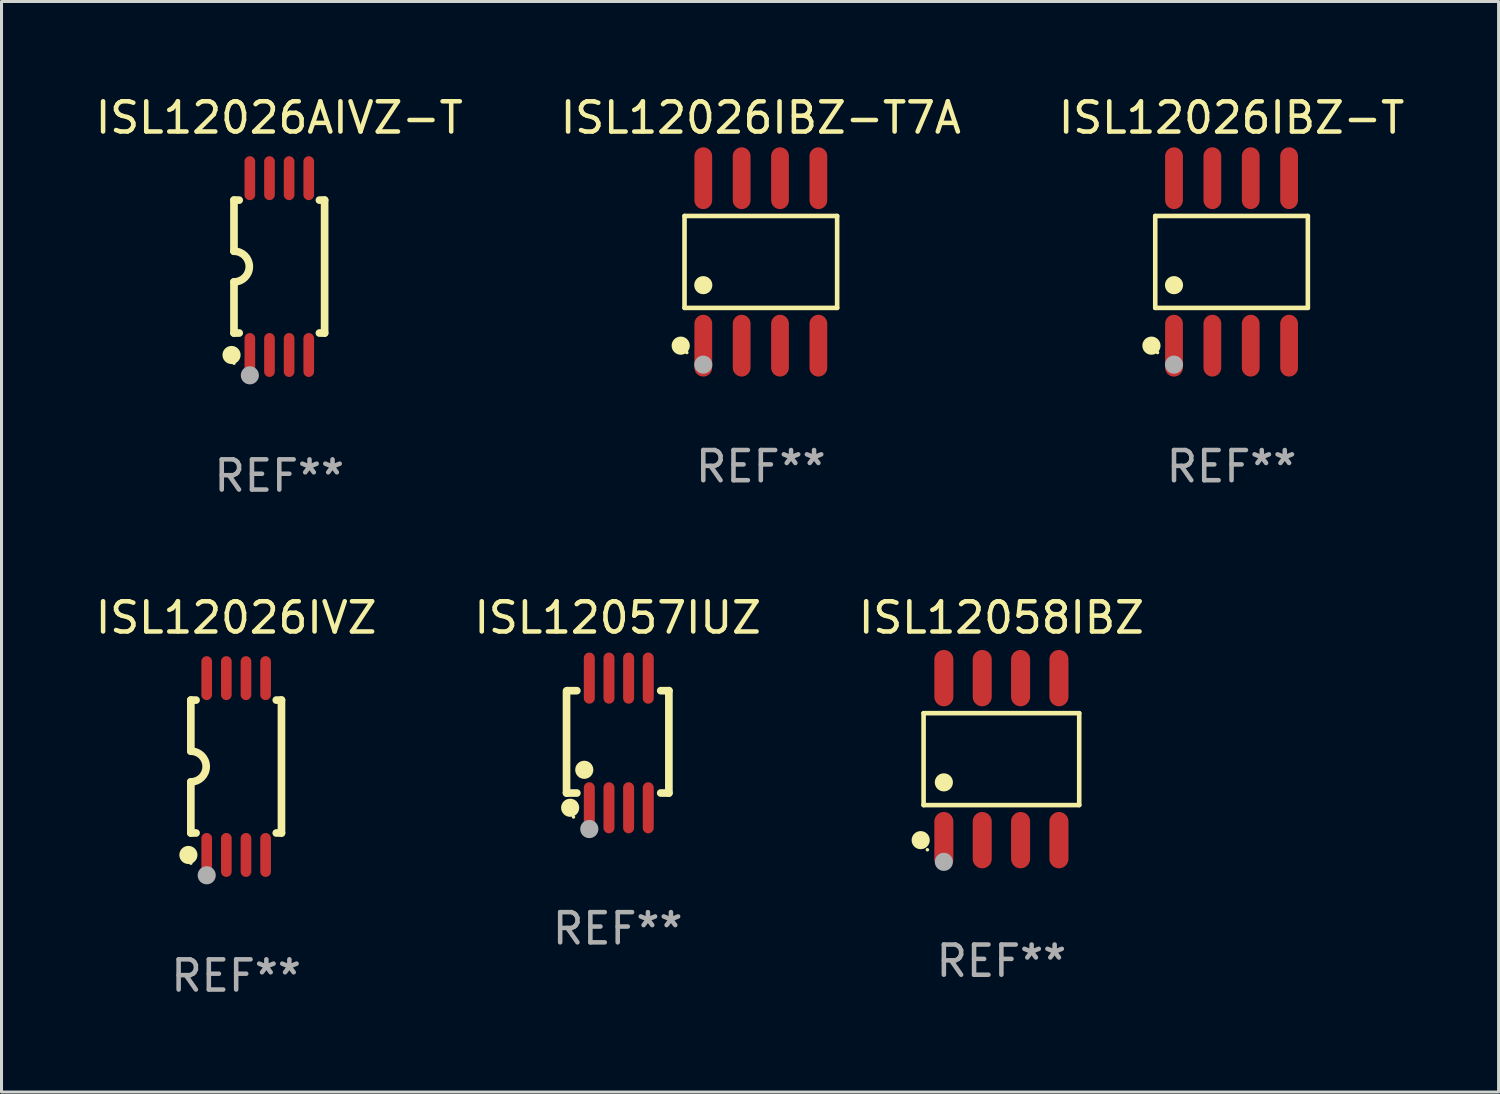
<source format=kicad_pcb>
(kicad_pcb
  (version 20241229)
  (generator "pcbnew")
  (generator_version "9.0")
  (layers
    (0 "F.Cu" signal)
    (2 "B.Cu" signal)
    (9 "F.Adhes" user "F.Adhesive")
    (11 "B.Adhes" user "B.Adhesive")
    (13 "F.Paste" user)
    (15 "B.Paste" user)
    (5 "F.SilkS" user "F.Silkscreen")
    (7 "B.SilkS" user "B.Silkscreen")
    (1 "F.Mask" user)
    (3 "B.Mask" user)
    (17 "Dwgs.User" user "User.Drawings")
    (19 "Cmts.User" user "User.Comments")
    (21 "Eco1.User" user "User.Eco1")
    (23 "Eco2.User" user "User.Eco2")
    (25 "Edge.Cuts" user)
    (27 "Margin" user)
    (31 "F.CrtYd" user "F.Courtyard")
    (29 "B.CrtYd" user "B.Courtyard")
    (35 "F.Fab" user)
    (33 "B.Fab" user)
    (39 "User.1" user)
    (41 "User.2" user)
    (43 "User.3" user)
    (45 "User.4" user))
  (footprint "ISL12026IBZ-T"
    (layer "F.Cu")
    (at 37.72 5.621)
    (property "Reference" "ISL12026IBZ-T" (at 0 -4.772 0) (layer "F.SilkS") (effects (font (size 1 1) (thickness 0.15))))
    (attr through_hole)
    (fp_line (start -2.526 -1.521) (end 2.526 -1.521) (stroke (width 0.152) (type solid)) (layer "F.SilkS"))
    (fp_line (start -2.526 1.521) (end -2.526 -1.521) (stroke (width 0.152) (type solid)) (layer "F.SilkS"))
    (fp_line (start 2.526 -1.521) (end 2.526 1.521) (stroke (width 0.152) (type solid)) (layer "F.SilkS"))
    (fp_line (start 2.526 1.521) (end -2.526 1.521) (stroke (width 0.152) (type solid)) (layer "F.SilkS"))
    (fp_circle (center -2.652 2.772) (end -2.501 2.772) (stroke (width 0.3) (type solid)) (fill no) (layer "F.SilkS"))
    (fp_circle (center -2.45 3) (end -2.42 3) (stroke (width 0.06) (type solid)) (fill no) (layer "F.SilkS"))
    (fp_circle (center -1.905 0.769) (end -1.755 0.769) (stroke (width 0.3) (type solid)) (fill no) (layer "F.SilkS"))
    (fp_circle (center -1.905 3.4) (end -1.755 3.4) (stroke (width 0.3) (type solid)) (fill no) (layer "F.Fab"))
    (fp_text user "REF**" (at 0 6.772 0) (layer "F.Fab") (effects (font (size 1 1) (thickness 0.15))))
    (pad "1" smd oval (at -1.905 2.772) (size 0.588 2.045) (layers "F.Cu" "F.Mask" "F.Paste"))
    (pad "2" smd oval (at -0.635 2.772) (size 0.588 2.045) (layers "F.Cu" "F.Mask" "F.Paste"))
    (pad "3" smd oval (at 0.635 2.772) (size 0.588 2.045) (layers "F.Cu" "F.Mask" "F.Paste"))
    (pad "4" smd oval (at 1.905 2.772) (size 0.588 2.045) (layers "F.Cu" "F.Mask" "F.Paste"))
    (pad "5" smd oval (at 1.905 -2.772) (size 0.588 2.045) (layers "F.Cu" "F.Mask" "F.Paste"))
    (pad "6" smd oval (at 0.635 -2.772) (size 0.588 2.045) (layers "F.Cu" "F.Mask" "F.Paste"))
    (pad "7" smd oval (at -0.635 -2.772) (size 0.588 2.045) (layers "F.Cu" "F.Mask" "F.Paste"))
    (pad "8" smd oval (at -1.905 -2.772) (size 0.588 2.045) (layers "F.Cu" "F.Mask" "F.Paste")))
  (footprint "ISL12058IBZ"
    (layer "F.Cu")
    (at 30.101 22.081)
    (property "Reference" "ISL12058IBZ" (at 0 -4.682 0) (layer "F.SilkS") (effects (font (size 1 1) (thickness 0.15))))
    (attr through_hole)
    (fp_line (start -2.576 -1.521) (end 2.576 -1.521) (stroke (width 0.152) (type solid)) (layer "F.SilkS"))
    (fp_line (start -2.576 1.521) (end -2.576 -1.521) (stroke (width 0.152) (type solid)) (layer "F.SilkS"))
    (fp_line (start 2.576 -1.521) (end 2.576 1.521) (stroke (width 0.152) (type solid)) (layer "F.SilkS"))
    (fp_line (start 2.576 1.521) (end -2.576 1.521) (stroke (width 0.152) (type solid)) (layer "F.SilkS"))
    (fp_circle (center -2.672 2.682) (end -2.522 2.682) (stroke (width 0.3) (type solid)) (fill no) (layer "F.SilkS"))
    (fp_circle (center -2.45 3) (end -2.42 3) (stroke (width 0.06) (type solid)) (fill no) (layer "F.SilkS"))
    (fp_circle (center -1.905 0.769) (end -1.755 0.769) (stroke (width 0.3) (type solid)) (fill no) (layer "F.SilkS"))
    (fp_circle (center -1.905 3.4) (end -1.755 3.4) (stroke (width 0.3) (type solid)) (fill no) (layer "F.Fab"))
    (fp_text user "REF**" (at 0 6.682 0) (layer "F.Fab") (effects (font (size 1 1) (thickness 0.15))))
    (pad "1" smd oval (at -1.905 2.682) (size 0.63 1.865) (layers "F.Cu" "F.Mask" "F.Paste"))
    (pad "2" smd oval (at -0.635 2.682) (size 0.63 1.865) (layers "F.Cu" "F.Mask" "F.Paste"))
    (pad "3" smd oval (at 0.635 2.682) (size 0.63 1.865) (layers "F.Cu" "F.Mask" "F.Paste"))
    (pad "4" smd oval (at 1.905 2.682) (size 0.63 1.865) (layers "F.Cu" "F.Mask" "F.Paste"))
    (pad "5" smd oval (at 1.905 -2.682) (size 0.63 1.865) (layers "F.Cu" "F.Mask" "F.Paste"))
    (pad "6" smd oval (at 0.635 -2.682) (size 0.63 1.865) (layers "F.Cu" "F.Mask" "F.Paste"))
    (pad "7" smd oval (at -0.635 -2.682) (size 0.63 1.865) (layers "F.Cu" "F.Mask" "F.Paste"))
    (pad "8" smd oval (at -1.905 -2.682) (size 0.63 1.865) (layers "F.Cu" "F.Mask" "F.Paste")))
  (footprint "ISL12026AIVZ-T"
    (layer "F.Cu")
    (at 6.196 5.775)
    (property "Reference" "ISL12026AIVZ-T" (at 0 -4.927 0) (layer "F.SilkS") (effects (font (size 1 1) (thickness 0.15))))
    (attr through_hole)
    (fp_line (start -1.5 -2.2) (end -1.5 -0.508) (stroke (width 0.254) (type solid)) (layer "F.SilkS"))
    (fp_line (start -1.5 -2.2) (end -1.328 -2.2) (stroke (width 0.254) (type solid)) (layer "F.SilkS"))
    (fp_line (start -1.5 2.2) (end -1.5 0.508) (stroke (width 0.254) (type solid)) (layer "F.SilkS"))
    (fp_line (start -1.5 2.2) (end -1.328 2.2) (stroke (width 0.254) (type solid)) (layer "F.SilkS"))
    (fp_line (start 1.328 -2.2) (end 1.5 -2.2) (stroke (width 0.254) (type solid)) (layer "F.SilkS"))
    (fp_line (start 1.328 2.2) (end 1.5 2.2) (stroke (width 0.254) (type solid)) (layer "F.SilkS"))
    (fp_line (start 1.5 -2.2) (end 1.5 2.2) (stroke (width 0.254) (type solid)) (layer "F.SilkS"))
    (fp_arc (start -1.501144 -0.508) (mid -0.993143 -0.000571) (end -1.5 0.508001) (stroke (width 0.254001) (type solid)) (layer "F.SilkS"))
    (fp_circle (center -1.581 2.927) (end -1.431 2.927) (stroke (width 0.3) (type solid)) (fill no) (layer "F.SilkS"))
    (fp_circle (center -1.5 3.2) (end -1.47 3.2) (stroke (width 0.06) (type solid)) (fill no) (layer "F.SilkS"))
    (fp_circle (center -0.975 3.6) (end -0.825 3.6) (stroke (width 0.3) (type solid)) (fill no) (layer "F.Fab"))
    (fp_text user "REF**" (at 0 6.927 0) (layer "F.Fab") (effects (font (size 1 1) (thickness 0.15))))
    (pad "1" smd oval (at -0.975 2.927) (size 0.353 1.454) (layers "F.Cu" "F.Mask" "F.Paste"))
    (pad "2" smd oval (at -0.325 2.927) (size 0.353 1.454) (layers "F.Cu" "F.Mask" "F.Paste"))
    (pad "3" smd oval (at 0.325 2.927) (size 0.353 1.454) (layers "F.Cu" "F.Mask" "F.Paste"))
    (pad "4" smd oval (at 0.975 2.927) (size 0.353 1.454) (layers "F.Cu" "F.Mask" "F.Paste"))
    (pad "5" smd oval (at 0.975 -2.927) (size 0.353 1.454) (layers "F.Cu" "F.Mask" "F.Paste"))
    (pad "6" smd oval (at 0.325 -2.927) (size 0.353 1.454) (layers "F.Cu" "F.Mask" "F.Paste"))
    (pad "7" smd oval (at -0.325 -2.927) (size 0.353 1.454) (layers "F.Cu" "F.Mask" "F.Paste"))
    (pad "8" smd oval (at -0.975 -2.927) (size 0.353 1.454) (layers "F.Cu" "F.Mask" "F.Paste")))
  (footprint "ISL12057IUZ"
    (layer "F.Cu")
    (at 17.399 21.545)
    (property "Reference" "ISL12057IUZ" (at 0 -4.146 0) (layer "F.SilkS") (effects (font (size 1 1) (thickness 0.15))))
    (attr through_hole)
    (fp_line (start -1.694 -1.724) (end -1.694 1.652) (stroke (width 0.254) (type solid)) (layer "F.SilkS"))
    (fp_line (start -1.694 1.652) (end -1.688 1.658) (stroke (width 0.254) (type solid)) (layer "F.SilkS"))
    (fp_line (start -1.688 1.658) (end -1.353 1.658) (stroke (width 0.254) (type solid)) (layer "F.SilkS"))
    (fp_line (start -1.661 -1.73) (end -1.681 -1.71) (stroke (width 0.254) (type solid)) (layer "F.SilkS"))
    (fp_line (start -1.353 -1.73) (end -1.661 -1.73) (stroke (width 0.254) (type solid)) (layer "F.SilkS"))
    (fp_line (start 1.424 1.658) (end 1.694 1.658) (stroke (width 0.254) (type solid)) (layer "F.SilkS"))
    (fp_line (start 1.694 -1.73) (end 1.424 -1.73) (stroke (width 0.254) (type solid)) (layer "F.SilkS"))
    (fp_line (start 1.694 1.658) (end 1.694 -1.73) (stroke (width 0.254) (type solid)) (layer "F.SilkS"))
    (fp_circle (center -1.574 2.146) (end -1.424 2.146) (stroke (width 0.3) (type solid)) (fill no) (layer "F.SilkS"))
    (fp_circle (center -1.464 2.45) (end -1.434 2.45) (stroke (width 0.06) (type solid)) (fill no) (layer "F.SilkS"))
    (fp_circle (center -1.107 0.889) (end -0.957 0.889) (stroke (width 0.3) (type solid)) (fill no) (layer "F.SilkS"))
    (fp_circle (center -0.94 2.85) (end -0.789 2.85) (stroke (width 0.3) (type solid)) (fill no) (layer "F.Fab"))
    (fp_text user "REF**" (at 0 6.146 0) (layer "F.Fab") (effects (font (size 1 1) (thickness 0.15))))
    (pad "1" smd oval (at -0.94 2.146) (size 0.364 1.692) (layers "F.Cu" "F.Mask" "F.Paste"))
    (pad "2" smd oval (at -0.289 2.146) (size 0.364 1.692) (layers "F.Cu" "F.Mask" "F.Paste"))
    (pad "3" smd oval (at 0.361 2.146) (size 0.364 1.692) (layers "F.Cu" "F.Mask" "F.Paste"))
    (pad "4" smd oval (at 1.011 2.146) (size 0.364 1.692) (layers "F.Cu" "F.Mask" "F.Paste"))
    (pad "5" smd oval (at 1.011 -2.146) (size 0.364 1.692) (layers "F.Cu" "F.Mask" "F.Paste"))
    (pad "6" smd oval (at 0.361 -2.146) (size 0.364 1.692) (layers "F.Cu" "F.Mask" "F.Paste"))
    (pad "7" smd oval (at -0.289 -2.146) (size 0.364 1.692) (layers "F.Cu" "F.Mask" "F.Paste"))
    (pad "8" smd oval (at -0.94 -2.146) (size 0.364 1.692) (layers "F.Cu" "F.Mask" "F.Paste")))
  (footprint "ISL12026IVZ"
    (layer "F.Cu")
    (at 4.768 22.326)
    (property "Reference" "ISL12026IVZ" (at 0 -4.927 0) (layer "F.SilkS") (effects (font (size 1 1) (thickness 0.15))))
    (attr through_hole)
    (fp_line (start -1.5 -2.2) (end -1.5 -0.508) (stroke (width 0.254) (type solid)) (layer "F.SilkS"))
    (fp_line (start -1.5 -2.2) (end -1.328 -2.2) (stroke (width 0.254) (type solid)) (layer "F.SilkS"))
    (fp_line (start -1.5 2.2) (end -1.5 0.508) (stroke (width 0.254) (type solid)) (layer "F.SilkS"))
    (fp_line (start -1.5 2.2) (end -1.328 2.2) (stroke (width 0.254) (type solid)) (layer "F.SilkS"))
    (fp_line (start 1.328 -2.2) (end 1.5 -2.2) (stroke (width 0.254) (type solid)) (layer "F.SilkS"))
    (fp_line (start 1.328 2.2) (end 1.5 2.2) (stroke (width 0.254) (type solid)) (layer "F.SilkS"))
    (fp_line (start 1.5 -2.2) (end 1.5 2.2) (stroke (width 0.254) (type solid)) (layer "F.SilkS"))
    (fp_arc (start -1.501144 -0.508) (mid -0.993143 -0.000571) (end -1.5 0.508001) (stroke (width 0.254001) (type solid)) (layer "F.SilkS"))
    (fp_circle (center -1.581 2.927) (end -1.431 2.927) (stroke (width 0.3) (type solid)) (fill no) (layer "F.SilkS"))
    (fp_circle (center -1.5 3.2) (end -1.47 3.2) (stroke (width 0.06) (type solid)) (fill no) (layer "F.SilkS"))
    (fp_circle (center -0.975 3.6) (end -0.825 3.6) (stroke (width 0.3) (type solid)) (fill no) (layer "F.Fab"))
    (fp_text user "REF**" (at 0 6.927 0) (layer "F.Fab") (effects (font (size 1 1) (thickness 0.15))))
    (pad "1" smd oval (at -0.975 2.927) (size 0.353 1.454) (layers "F.Cu" "F.Mask" "F.Paste"))
    (pad "2" smd oval (at -0.325 2.927) (size 0.353 1.454) (layers "F.Cu" "F.Mask" "F.Paste"))
    (pad "3" smd oval (at 0.325 2.927) (size 0.353 1.454) (layers "F.Cu" "F.Mask" "F.Paste"))
    (pad "4" smd oval (at 0.975 2.927) (size 0.353 1.454) (layers "F.Cu" "F.Mask" "F.Paste"))
    (pad "5" smd oval (at 0.975 -2.927) (size 0.353 1.454) (layers "F.Cu" "F.Mask" "F.Paste"))
    (pad "6" smd oval (at 0.325 -2.927) (size 0.353 1.454) (layers "F.Cu" "F.Mask" "F.Paste"))
    (pad "7" smd oval (at -0.325 -2.927) (size 0.353 1.454) (layers "F.Cu" "F.Mask" "F.Paste"))
    (pad "8" smd oval (at -0.975 -2.927) (size 0.353 1.454) (layers "F.Cu" "F.Mask" "F.Paste")))
  (footprint "ISL12026IBZ-T7A"
    (layer "F.Cu")
    (at 22.137 5.621)
    (property "Reference" "ISL12026IBZ-T7A" (at 0 -4.772 0) (layer "F.SilkS") (effects (font (size 1 1) (thickness 0.15))))
    (attr through_hole)
    (fp_line (start -2.526 -1.521) (end 2.526 -1.521) (stroke (width 0.152) (type solid)) (layer "F.SilkS"))
    (fp_line (start -2.526 1.521) (end -2.526 -1.521) (stroke (width 0.152) (type solid)) (layer "F.SilkS"))
    (fp_line (start 2.526 -1.521) (end 2.526 1.521) (stroke (width 0.152) (type solid)) (layer "F.SilkS"))
    (fp_line (start 2.526 1.521) (end -2.526 1.521) (stroke (width 0.152) (type solid)) (layer "F.SilkS"))
    (fp_circle (center -2.652 2.772) (end -2.501 2.772) (stroke (width 0.3) (type solid)) (fill no) (layer "F.SilkS"))
    (fp_circle (center -2.45 3) (end -2.42 3) (stroke (width 0.06) (type solid)) (fill no) (layer "F.SilkS"))
    (fp_circle (center -1.905 0.769) (end -1.755 0.769) (stroke (width 0.3) (type solid)) (fill no) (layer "F.SilkS"))
    (fp_circle (center -1.905 3.4) (end -1.755 3.4) (stroke (width 0.3) (type solid)) (fill no) (layer "F.Fab"))
    (fp_text user "REF**" (at 0 6.772 0) (layer "F.Fab") (effects (font (size 1 1) (thickness 0.15))))
    (pad "1" smd oval (at -1.905 2.772) (size 0.588 2.045) (layers "F.Cu" "F.Mask" "F.Paste"))
    (pad "2" smd oval (at -0.635 2.772) (size 0.588 2.045) (layers "F.Cu" "F.Mask" "F.Paste"))
    (pad "3" smd oval (at 0.635 2.772) (size 0.588 2.045) (layers "F.Cu" "F.Mask" "F.Paste"))
    (pad "4" smd oval (at 1.905 2.772) (size 0.588 2.045) (layers "F.Cu" "F.Mask" "F.Paste"))
    (pad "5" smd oval (at 1.905 -2.772) (size 0.588 2.045) (layers "F.Cu" "F.Mask" "F.Paste"))
    (pad "6" smd oval (at 0.635 -2.772) (size 0.588 2.045) (layers "F.Cu" "F.Mask" "F.Paste"))
    (pad "7" smd oval (at -0.635 -2.772) (size 0.588 2.045) (layers "F.Cu" "F.Mask" "F.Paste"))
    (pad "8" smd oval (at -1.905 -2.772) (size 0.588 2.045) (layers "F.Cu" "F.Mask" "F.Paste")))
  (gr_rect
    (start -3 -3)
    (end 46.56 33.101)
    (stroke (width 0.1) (type default))
    (fill no)
    (layer "Edge.Cuts")))
</source>
